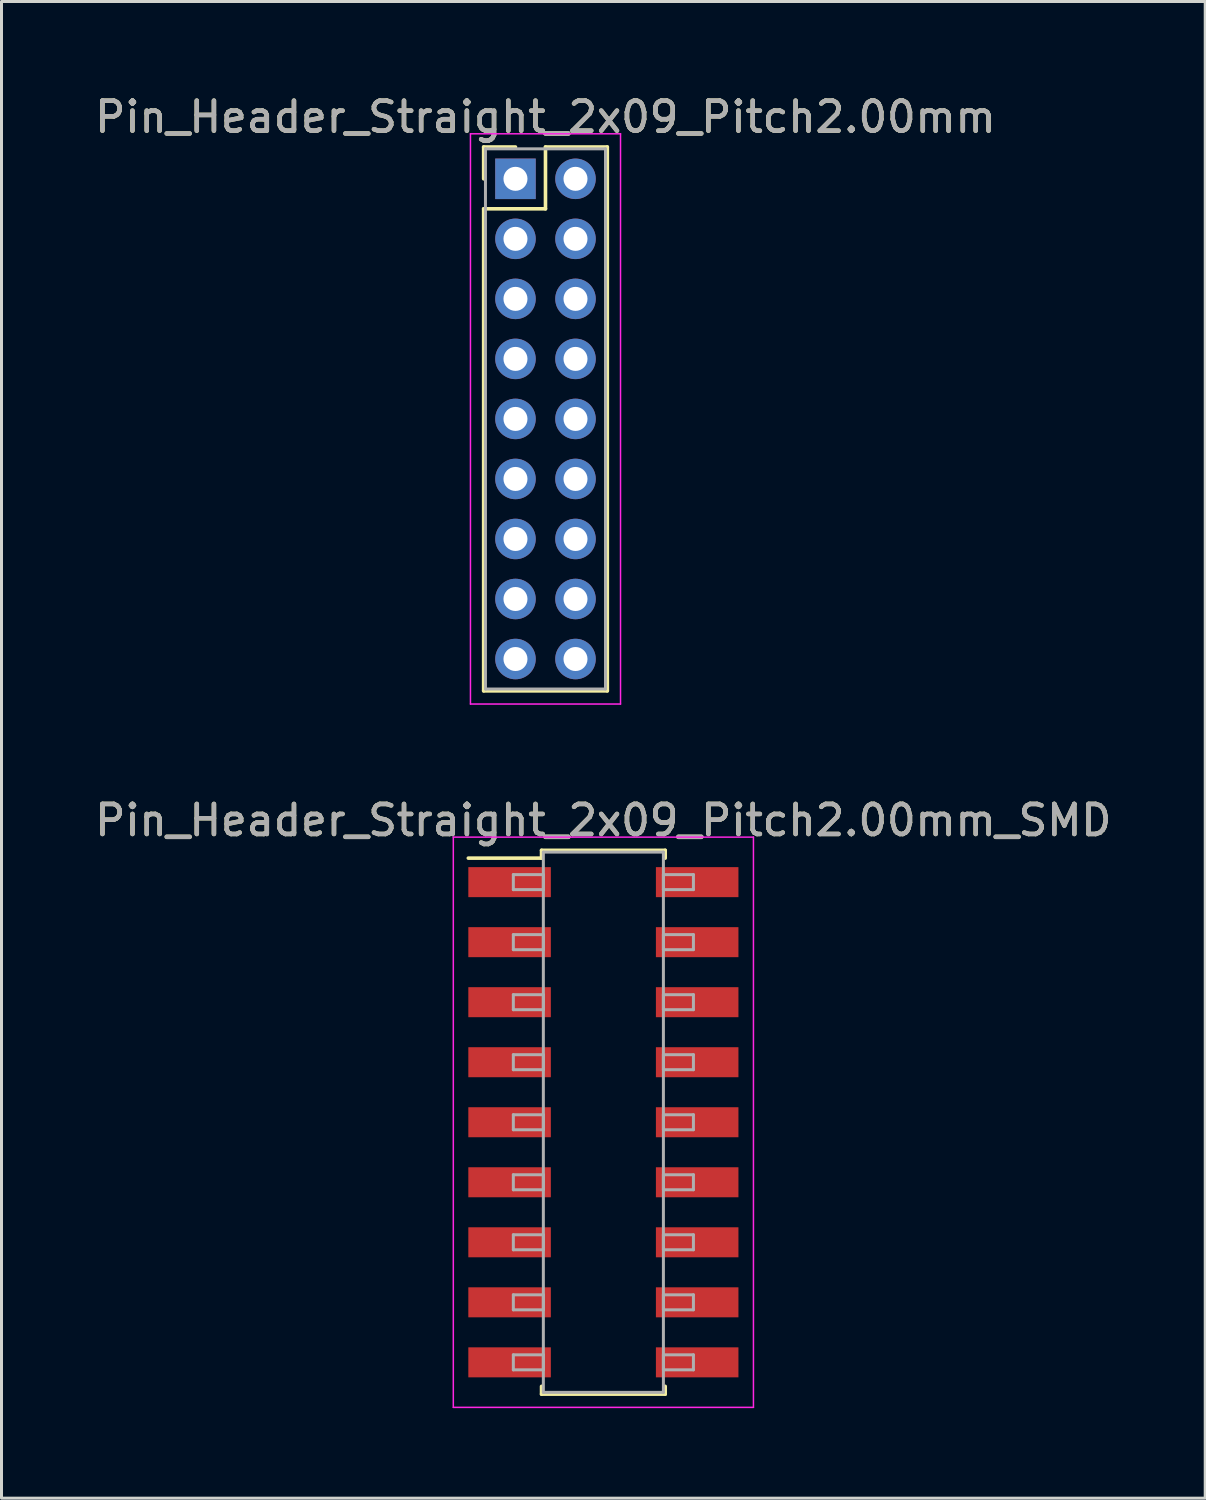
<source format=kicad_pcb>
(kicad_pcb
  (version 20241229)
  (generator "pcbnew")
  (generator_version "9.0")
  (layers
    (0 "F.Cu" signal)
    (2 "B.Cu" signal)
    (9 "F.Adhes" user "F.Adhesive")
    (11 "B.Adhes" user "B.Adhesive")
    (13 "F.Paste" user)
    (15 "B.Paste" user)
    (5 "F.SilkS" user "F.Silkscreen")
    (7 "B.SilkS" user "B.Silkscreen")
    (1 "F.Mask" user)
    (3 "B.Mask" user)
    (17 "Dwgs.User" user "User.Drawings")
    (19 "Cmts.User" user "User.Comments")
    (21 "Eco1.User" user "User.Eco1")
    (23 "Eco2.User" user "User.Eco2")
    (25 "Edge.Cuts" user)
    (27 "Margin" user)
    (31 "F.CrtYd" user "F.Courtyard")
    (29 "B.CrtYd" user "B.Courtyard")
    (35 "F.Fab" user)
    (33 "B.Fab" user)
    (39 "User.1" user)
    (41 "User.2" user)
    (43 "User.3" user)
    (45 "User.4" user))
  (footprint "Pin_Header_Straight_2x09_Pitch2.00mm_SMD"
    (layer "F.Cu")
    (at 17.054 34.342)
    (property "Reference" "Pin_Header_Straight_2x09_Pitch2.00mm_SMD" (at 0 -10.06 0) (layer "F.SilkS") (effects (font (size 1 1) (thickness 0.15))))
    (attr smd)
    (fp_line (start -4.5 -8.8) (end -2.06 -8.8) (stroke (width 0.12) (type solid)) (layer "F.SilkS"))
    (fp_line (start -2.06 -9.06) (end 2.06 -9.06) (stroke (width 0.12) (type solid)) (layer "F.SilkS"))
    (fp_line (start -2.06 -8.8) (end -2.06 -9.06) (stroke (width 0.12) (type solid)) (layer "F.SilkS"))
    (fp_line (start -2.06 8.8) (end -2.06 9.06) (stroke (width 0.12) (type solid)) (layer "F.SilkS"))
    (fp_line (start -2.06 9.06) (end 2.06 9.06) (stroke (width 0.12) (type solid)) (layer "F.SilkS"))
    (fp_line (start 2.06 -9.06) (end 2.06 -8.8) (stroke (width 0.12) (type solid)) (layer "F.SilkS"))
    (fp_line (start 2.06 9.06) (end 2.06 8.8) (stroke (width 0.12) (type solid)) (layer "F.SilkS"))
    (fp_line (start -5 -9.5) (end -5 9.5) (stroke (width 0.05) (type solid)) (layer "F.CrtYd"))
    (fp_line (start -5 9.5) (end 5 9.5) (stroke (width 0.05) (type solid)) (layer "F.CrtYd"))
    (fp_line (start 5 -9.5) (end -5 -9.5) (stroke (width 0.05) (type solid)) (layer "F.CrtYd"))
    (fp_line (start 5 9.5) (end 5 -9.5) (stroke (width 0.05) (type solid)) (layer "F.CrtYd"))
    (fp_line (start -3 -8.25) (end -2 -8.25) (stroke (width 0.1) (type solid)) (layer "F.Fab"))
    (fp_line (start -3 -7.75) (end -3 -8.25) (stroke (width 0.1) (type solid)) (layer "F.Fab"))
    (fp_line (start -3 -6.25) (end -2 -6.25) (stroke (width 0.1) (type solid)) (layer "F.Fab"))
    (fp_line (start -3 -5.75) (end -3 -6.25) (stroke (width 0.1) (type solid)) (layer "F.Fab"))
    (fp_line (start -3 -4.25) (end -2 -4.25) (stroke (width 0.1) (type solid)) (layer "F.Fab"))
    (fp_line (start -3 -3.75) (end -3 -4.25) (stroke (width 0.1) (type solid)) (layer "F.Fab"))
    (fp_line (start -3 -2.25) (end -2 -2.25) (stroke (width 0.1) (type solid)) (layer "F.Fab"))
    (fp_line (start -3 -1.75) (end -3 -2.25) (stroke (width 0.1) (type solid)) (layer "F.Fab"))
    (fp_line (start -3 -0.25) (end -2 -0.25) (stroke (width 0.1) (type solid)) (layer "F.Fab"))
    (fp_line (start -3 0.25) (end -3 -0.25) (stroke (width 0.1) (type solid)) (layer "F.Fab"))
    (fp_line (start -3 1.75) (end -2 1.75) (stroke (width 0.1) (type solid)) (layer "F.Fab"))
    (fp_line (start -3 2.25) (end -3 1.75) (stroke (width 0.1) (type solid)) (layer "F.Fab"))
    (fp_line (start -3 3.75) (end -2 3.75) (stroke (width 0.1) (type solid)) (layer "F.Fab"))
    (fp_line (start -3 4.25) (end -3 3.75) (stroke (width 0.1) (type solid)) (layer "F.Fab"))
    (fp_line (start -3 5.75) (end -2 5.75) (stroke (width 0.1) (type solid)) (layer "F.Fab"))
    (fp_line (start -3 6.25) (end -3 5.75) (stroke (width 0.1) (type solid)) (layer "F.Fab"))
    (fp_line (start -3 7.75) (end -2 7.75) (stroke (width 0.1) (type solid)) (layer "F.Fab"))
    (fp_line (start -3 8.25) (end -3 7.75) (stroke (width 0.1) (type solid)) (layer "F.Fab"))
    (fp_line (start -2 -9) (end -2 9) (stroke (width 0.1) (type solid)) (layer "F.Fab"))
    (fp_line (start -2 -8.25) (end -2 -7.75) (stroke (width 0.1) (type solid)) (layer "F.Fab"))
    (fp_line (start -2 -7.75) (end -3 -7.75) (stroke (width 0.1) (type solid)) (layer "F.Fab"))
    (fp_line (start -2 -6.25) (end -2 -5.75) (stroke (width 0.1) (type solid)) (layer "F.Fab"))
    (fp_line (start -2 -5.75) (end -3 -5.75) (stroke (width 0.1) (type solid)) (layer "F.Fab"))
    (fp_line (start -2 -4.25) (end -2 -3.75) (stroke (width 0.1) (type solid)) (layer "F.Fab"))
    (fp_line (start -2 -3.75) (end -3 -3.75) (stroke (width 0.1) (type solid)) (layer "F.Fab"))
    (fp_line (start -2 -2.25) (end -2 -1.75) (stroke (width 0.1) (type solid)) (layer "F.Fab"))
    (fp_line (start -2 -1.75) (end -3 -1.75) (stroke (width 0.1) (type solid)) (layer "F.Fab"))
    (fp_line (start -2 -0.25) (end -2 0.25) (stroke (width 0.1) (type solid)) (layer "F.Fab"))
    (fp_line (start -2 0.25) (end -3 0.25) (stroke (width 0.1) (type solid)) (layer "F.Fab"))
    (fp_line (start -2 1.75) (end -2 2.25) (stroke (width 0.1) (type solid)) (layer "F.Fab"))
    (fp_line (start -2 2.25) (end -3 2.25) (stroke (width 0.1) (type solid)) (layer "F.Fab"))
    (fp_line (start -2 3.75) (end -2 4.25) (stroke (width 0.1) (type solid)) (layer "F.Fab"))
    (fp_line (start -2 4.25) (end -3 4.25) (stroke (width 0.1) (type solid)) (layer "F.Fab"))
    (fp_line (start -2 5.75) (end -2 6.25) (stroke (width 0.1) (type solid)) (layer "F.Fab"))
    (fp_line (start -2 6.25) (end -3 6.25) (stroke (width 0.1) (type solid)) (layer "F.Fab"))
    (fp_line (start -2 7.75) (end -2 8.25) (stroke (width 0.1) (type solid)) (layer "F.Fab"))
    (fp_line (start -2 8.25) (end -3 8.25) (stroke (width 0.1) (type solid)) (layer "F.Fab"))
    (fp_line (start -2 9) (end 2 9) (stroke (width 0.1) (type solid)) (layer "F.Fab"))
    (fp_line (start 2 -9) (end -2 -9) (stroke (width 0.1) (type solid)) (layer "F.Fab"))
    (fp_line (start 2 -8.25) (end 2 -7.75) (stroke (width 0.1) (type solid)) (layer "F.Fab"))
    (fp_line (start 2 -7.75) (end 3 -7.75) (stroke (width 0.1) (type solid)) (layer "F.Fab"))
    (fp_line (start 2 -6.25) (end 2 -5.75) (stroke (width 0.1) (type solid)) (layer "F.Fab"))
    (fp_line (start 2 -5.75) (end 3 -5.75) (stroke (width 0.1) (type solid)) (layer "F.Fab"))
    (fp_line (start 2 -4.25) (end 2 -3.75) (stroke (width 0.1) (type solid)) (layer "F.Fab"))
    (fp_line (start 2 -3.75) (end 3 -3.75) (stroke (width 0.1) (type solid)) (layer "F.Fab"))
    (fp_line (start 2 -2.25) (end 2 -1.75) (stroke (width 0.1) (type solid)) (layer "F.Fab"))
    (fp_line (start 2 -1.75) (end 3 -1.75) (stroke (width 0.1) (type solid)) (layer "F.Fab"))
    (fp_line (start 2 -0.25) (end 2 0.25) (stroke (width 0.1) (type solid)) (layer "F.Fab"))
    (fp_line (start 2 0.25) (end 3 0.25) (stroke (width 0.1) (type solid)) (layer "F.Fab"))
    (fp_line (start 2 1.75) (end 2 2.25) (stroke (width 0.1) (type solid)) (layer "F.Fab"))
    (fp_line (start 2 2.25) (end 3 2.25) (stroke (width 0.1) (type solid)) (layer "F.Fab"))
    (fp_line (start 2 3.75) (end 2 4.25) (stroke (width 0.1) (type solid)) (layer "F.Fab"))
    (fp_line (start 2 4.25) (end 3 4.25) (stroke (width 0.1) (type solid)) (layer "F.Fab"))
    (fp_line (start 2 5.75) (end 2 6.25) (stroke (width 0.1) (type solid)) (layer "F.Fab"))
    (fp_line (start 2 6.25) (end 3 6.25) (stroke (width 0.1) (type solid)) (layer "F.Fab"))
    (fp_line (start 2 7.75) (end 2 8.25) (stroke (width 0.1) (type solid)) (layer "F.Fab"))
    (fp_line (start 2 8.25) (end 3 8.25) (stroke (width 0.1) (type solid)) (layer "F.Fab"))
    (fp_line (start 2 9) (end 2 -9) (stroke (width 0.1) (type solid)) (layer "F.Fab"))
    (fp_line (start 3 -8.25) (end 2 -8.25) (stroke (width 0.1) (type solid)) (layer "F.Fab"))
    (fp_line (start 3 -7.75) (end 3 -8.25) (stroke (width 0.1) (type solid)) (layer "F.Fab"))
    (fp_line (start 3 -6.25) (end 2 -6.25) (stroke (width 0.1) (type solid)) (layer "F.Fab"))
    (fp_line (start 3 -5.75) (end 3 -6.25) (stroke (width 0.1) (type solid)) (layer "F.Fab"))
    (fp_line (start 3 -4.25) (end 2 -4.25) (stroke (width 0.1) (type solid)) (layer "F.Fab"))
    (fp_line (start 3 -3.75) (end 3 -4.25) (stroke (width 0.1) (type solid)) (layer "F.Fab"))
    (fp_line (start 3 -2.25) (end 2 -2.25) (stroke (width 0.1) (type solid)) (layer "F.Fab"))
    (fp_line (start 3 -1.75) (end 3 -2.25) (stroke (width 0.1) (type solid)) (layer "F.Fab"))
    (fp_line (start 3 -0.25) (end 2 -0.25) (stroke (width 0.1) (type solid)) (layer "F.Fab"))
    (fp_line (start 3 0.25) (end 3 -0.25) (stroke (width 0.1) (type solid)) (layer "F.Fab"))
    (fp_line (start 3 1.75) (end 2 1.75) (stroke (width 0.1) (type solid)) (layer "F.Fab"))
    (fp_line (start 3 2.25) (end 3 1.75) (stroke (width 0.1) (type solid)) (layer "F.Fab"))
    (fp_line (start 3 3.75) (end 2 3.75) (stroke (width 0.1) (type solid)) (layer "F.Fab"))
    (fp_line (start 3 4.25) (end 3 3.75) (stroke (width 0.1) (type solid)) (layer "F.Fab"))
    (fp_line (start 3 5.75) (end 2 5.75) (stroke (width 0.1) (type solid)) (layer "F.Fab"))
    (fp_line (start 3 6.25) (end 3 5.75) (stroke (width 0.1) (type solid)) (layer "F.Fab"))
    (fp_line (start 3 7.75) (end 2 7.75) (stroke (width 0.1) (type solid)) (layer "F.Fab"))
    (fp_line (start 3 8.25) (end 3 7.75) (stroke (width 0.1) (type solid)) (layer "F.Fab"))
    (fp_text user "${REFERENCE}" (at 0 -10.06 0) (layer "F.Fab") (effects (font (size 1 1) (thickness 0.15))))
    (pad "1" smd rect (at -3.125 -8) (size 2.75 1) (layers "F.Cu" "F.Mask" "F.Paste"))
    (pad "2" smd rect (at 3.125 -8) (size 2.75 1) (layers "F.Cu" "F.Mask" "F.Paste"))
    (pad "3" smd rect (at -3.125 -6) (size 2.75 1) (layers "F.Cu" "F.Mask" "F.Paste"))
    (pad "4" smd rect (at 3.125 -6) (size 2.75 1) (layers "F.Cu" "F.Mask" "F.Paste"))
    (pad "5" smd rect (at -3.125 -4) (size 2.75 1) (layers "F.Cu" "F.Mask" "F.Paste"))
    (pad "6" smd rect (at 3.125 -4) (size 2.75 1) (layers "F.Cu" "F.Mask" "F.Paste"))
    (pad "7" smd rect (at -3.125 -2) (size 2.75 1) (layers "F.Cu" "F.Mask" "F.Paste"))
    (pad "8" smd rect (at 3.125 -2) (size 2.75 1) (layers "F.Cu" "F.Mask" "F.Paste"))
    (pad "9" smd rect (at -3.125 0) (size 2.75 1) (layers "F.Cu" "F.Mask" "F.Paste"))
    (pad "10" smd rect (at 3.125 0) (size 2.75 1) (layers "F.Cu" "F.Mask" "F.Paste"))
    (pad "11" smd rect (at -3.125 2) (size 2.75 1) (layers "F.Cu" "F.Mask" "F.Paste"))
    (pad "12" smd rect (at 3.125 2) (size 2.75 1) (layers "F.Cu" "F.Mask" "F.Paste"))
    (pad "13" smd rect (at -3.125 4) (size 2.75 1) (layers "F.Cu" "F.Mask" "F.Paste"))
    (pad "14" smd rect (at 3.125 4) (size 2.75 1) (layers "F.Cu" "F.Mask" "F.Paste"))
    (pad "15" smd rect (at -3.125 6) (size 2.75 1) (layers "F.Cu" "F.Mask" "F.Paste"))
    (pad "16" smd rect (at 3.125 6) (size 2.75 1) (layers "F.Cu" "F.Mask" "F.Paste"))
    (pad "17" smd rect (at -3.125 8) (size 2.75 1) (layers "F.Cu" "F.Mask" "F.Paste"))
    (pad "18" smd rect (at 3.125 8) (size 2.75 1) (layers "F.Cu" "F.Mask" "F.Paste")))
  (footprint "Pin_Header_Straight_2x09_Pitch2.00mm"
    (layer "F.Cu")
    (at 14.125 2.908)
    (property "Reference" "Pin_Header_Straight_2x09_Pitch2.00mm" (at 1 -2.06 0) (layer "F.SilkS") (effects (font (size 1 1) (thickness 0.15))))
    (attr through_hole)
    (fp_line (start -1.06 -1.06) (end 0 -1.06) (stroke (width 0.12) (type solid)) (layer "F.SilkS"))
    (fp_line (start -1.06 0) (end -1.06 -1.06) (stroke (width 0.12) (type solid)) (layer "F.SilkS"))
    (fp_line (start -1.06 1) (end -1.06 17.06) (stroke (width 0.12) (type solid)) (layer "F.SilkS"))
    (fp_line (start -1.06 17.06) (end 3.06 17.06) (stroke (width 0.12) (type solid)) (layer "F.SilkS"))
    (fp_line (start 1 -1.06) (end 1 1) (stroke (width 0.12) (type solid)) (layer "F.SilkS"))
    (fp_line (start 1 1) (end -1.06 1) (stroke (width 0.12) (type solid)) (layer "F.SilkS"))
    (fp_line (start 3.06 -1.06) (end 1 -1.06) (stroke (width 0.12) (type solid)) (layer "F.SilkS"))
    (fp_line (start 3.06 17.06) (end 3.06 -1.06) (stroke (width 0.12) (type solid)) (layer "F.SilkS"))
    (fp_line (start -1.5 -1.5) (end -1.5 17.5) (stroke (width 0.05) (type solid)) (layer "F.CrtYd"))
    (fp_line (start -1.5 17.5) (end 3.5 17.5) (stroke (width 0.05) (type solid)) (layer "F.CrtYd"))
    (fp_line (start 3.5 -1.5) (end -1.5 -1.5) (stroke (width 0.05) (type solid)) (layer "F.CrtYd"))
    (fp_line (start 3.5 17.5) (end 3.5 -1.5) (stroke (width 0.05) (type solid)) (layer "F.CrtYd"))
    (fp_line (start -1 -1) (end -1 17) (stroke (width 0.1) (type solid)) (layer "F.Fab"))
    (fp_line (start -1 17) (end 3 17) (stroke (width 0.1) (type solid)) (layer "F.Fab"))
    (fp_line (start 3 -1) (end -1 -1) (stroke (width 0.1) (type solid)) (layer "F.Fab"))
    (fp_line (start 3 17) (end 3 -1) (stroke (width 0.1) (type solid)) (layer "F.Fab"))
    (fp_text user "${REFERENCE}" (at 1 -2.06 0) (layer "F.Fab") (effects (font (size 1 1) (thickness 0.15))))
    (pad "1" thru_hole rect (at 0 0) (size 1.35 1.35) (drill 0.8) (layers "*.Cu" "*.Mask"))
    (pad "2" thru_hole oval (at 2 0) (size 1.35 1.35) (drill 0.8) (layers "*.Cu" "*.Mask"))
    (pad "3" thru_hole oval (at 0 2) (size 1.35 1.35) (drill 0.8) (layers "*.Cu" "*.Mask"))
    (pad "4" thru_hole oval (at 2 2) (size 1.35 1.35) (drill 0.8) (layers "*.Cu" "*.Mask"))
    (pad "5" thru_hole oval (at 0 4) (size 1.35 1.35) (drill 0.8) (layers "*.Cu" "*.Mask"))
    (pad "6" thru_hole oval (at 2 4) (size 1.35 1.35) (drill 0.8) (layers "*.Cu" "*.Mask"))
    (pad "7" thru_hole oval (at 0 6) (size 1.35 1.35) (drill 0.8) (layers "*.Cu" "*.Mask"))
    (pad "8" thru_hole oval (at 2 6) (size 1.35 1.35) (drill 0.8) (layers "*.Cu" "*.Mask"))
    (pad "9" thru_hole oval (at 0 8) (size 1.35 1.35) (drill 0.8) (layers "*.Cu" "*.Mask"))
    (pad "10" thru_hole oval (at 2 8) (size 1.35 1.35) (drill 0.8) (layers "*.Cu" "*.Mask"))
    (pad "11" thru_hole oval (at 0 10) (size 1.35 1.35) (drill 0.8) (layers "*.Cu" "*.Mask"))
    (pad "12" thru_hole oval (at 2 10) (size 1.35 1.35) (drill 0.8) (layers "*.Cu" "*.Mask"))
    (pad "13" thru_hole oval (at 0 12) (size 1.35 1.35) (drill 0.8) (layers "*.Cu" "*.Mask"))
    (pad "14" thru_hole oval (at 2 12) (size 1.35 1.35) (drill 0.8) (layers "*.Cu" "*.Mask"))
    (pad "15" thru_hole oval (at 0 14) (size 1.35 1.35) (drill 0.8) (layers "*.Cu" "*.Mask"))
    (pad "16" thru_hole oval (at 2 14) (size 1.35 1.35) (drill 0.8) (layers "*.Cu" "*.Mask"))
    (pad "17" thru_hole oval (at 0 16) (size 1.35 1.35) (drill 0.8) (layers "*.Cu" "*.Mask"))
    (pad "18" thru_hole oval (at 2 16) (size 1.35 1.35) (drill 0.8) (layers "*.Cu" "*.Mask")))
  (gr_rect
    (start -3 -3)
    (end 37.107 46.867)
    (stroke (width 0.1) (type default))
    (fill no)
    (layer "Edge.Cuts")))
</source>
